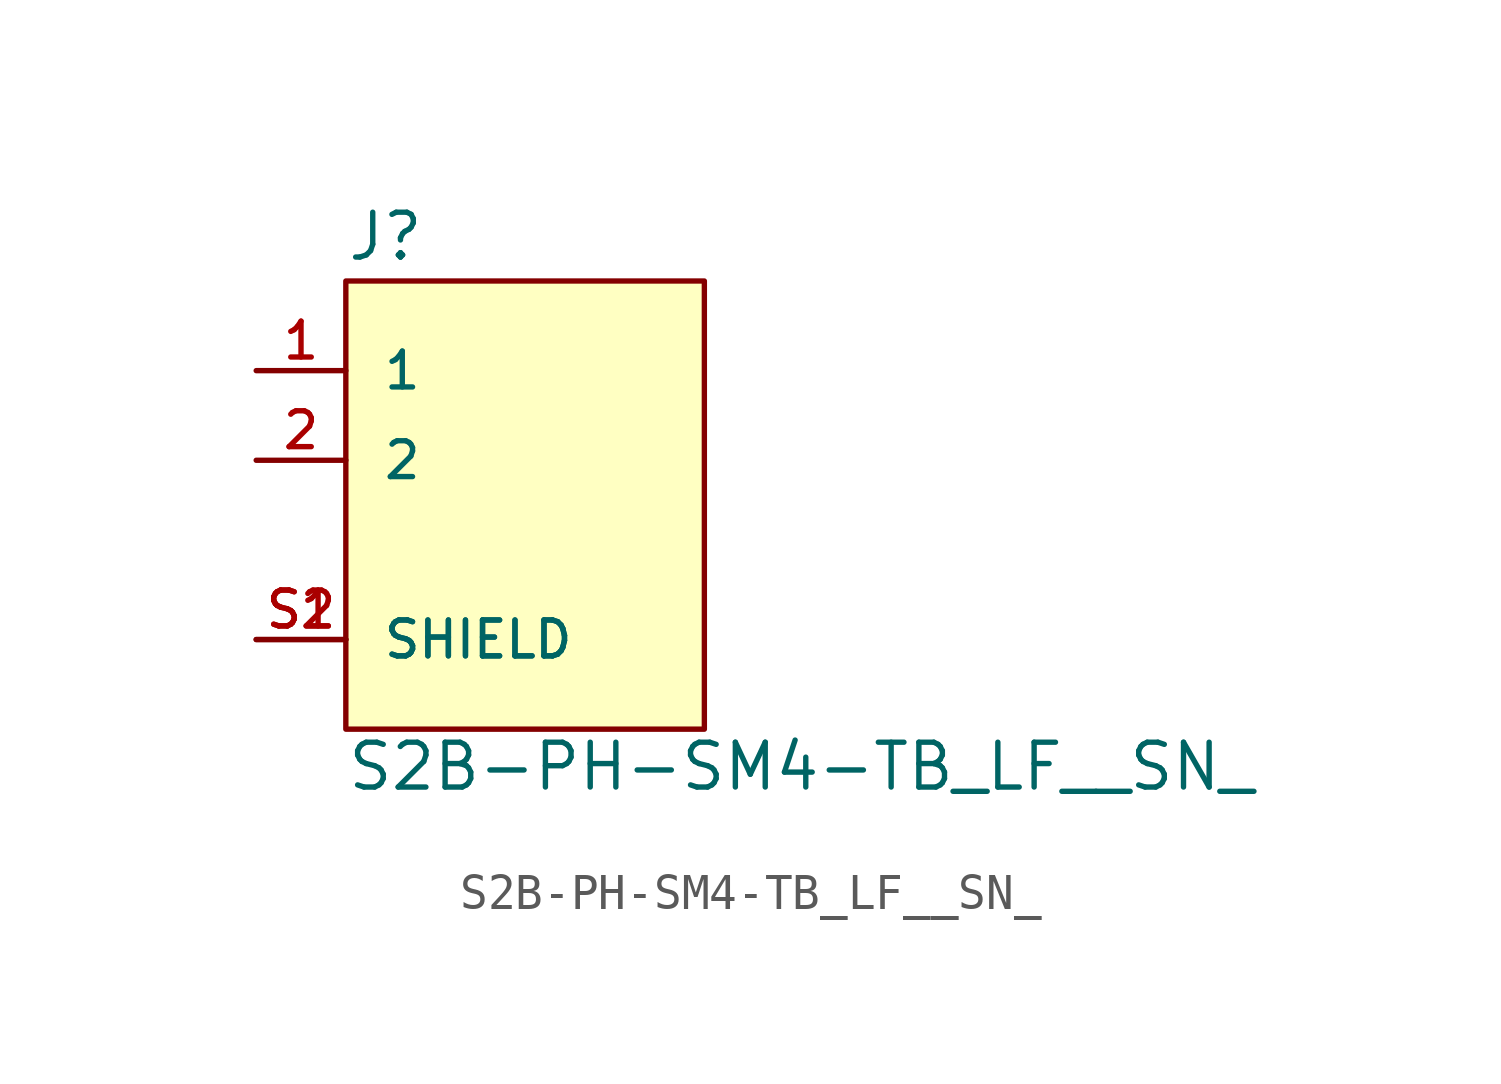
<source format=kicad_sym>
(kicad_symbol_lib
  (version 20241209)
  (generator "kicad_symbol_editor")
  (generator_version "9.0")
  (symbol "S2B-PH-SM4-TB_LF__SN_"
    (pin_names
      (offset 1.016))
    (property "Reference" "J"
      (at -5.083 5.596 0)
      (effects (font (size 1.27 1.27)) (justify left bottom)))
    (property "Value" "S2B-PH-SM4-TB_LF__SN_"
      (at -5.088 -9.423 0)
      (effects (font (size 1.27 1.27)) (justify left bottom)))
    (symbol "S2B-PH-SM4-TB_LF__SN__0_0"
      (rectangle (start -5.08 -7.62) (end 5.08 5.08) (stroke (width 0.152) (type default)) (fill (type background)))
      (pin passive line (at -7.62 2.54 0) (length 2.54) (name "1" (effects (font (size 1.016 1.016)))) (number "1" (effects (font (size 1.016 1.016)))))
      (pin passive line (at -7.62 0 0) (length 2.54) (name "2" (effects (font (size 1.016 1.016)))) (number "2" (effects (font (size 1.016 1.016)))))
      (pin passive line (at -7.62 -5.08 0) (length 2.54) (name "SHIELD" (effects (font (size 1.016 1.016)))) (number "S1" (effects (font (size 1.016 1.016)))))
      (pin passive line (at -7.62 -5.08 0) (length 2.54) (name "SHIELD" (effects (font (size 1.016 1.016)))) (number "S2" (effects (font (size 1.016 1.016))))))))
</source>
